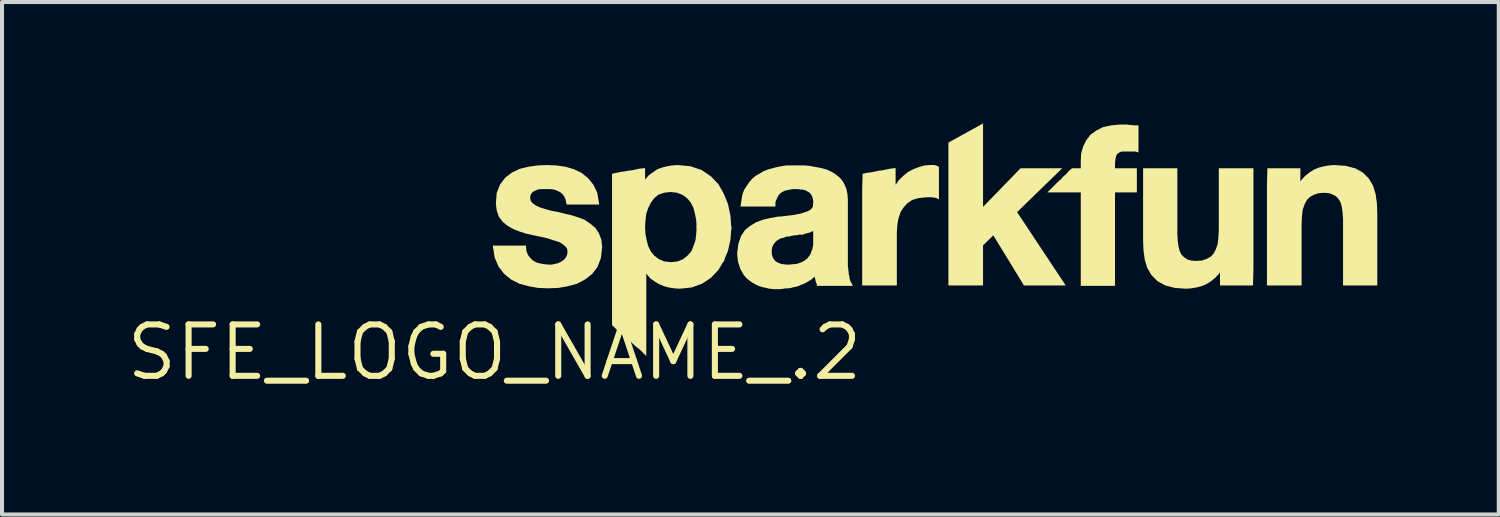
<source format=kicad_pcb>
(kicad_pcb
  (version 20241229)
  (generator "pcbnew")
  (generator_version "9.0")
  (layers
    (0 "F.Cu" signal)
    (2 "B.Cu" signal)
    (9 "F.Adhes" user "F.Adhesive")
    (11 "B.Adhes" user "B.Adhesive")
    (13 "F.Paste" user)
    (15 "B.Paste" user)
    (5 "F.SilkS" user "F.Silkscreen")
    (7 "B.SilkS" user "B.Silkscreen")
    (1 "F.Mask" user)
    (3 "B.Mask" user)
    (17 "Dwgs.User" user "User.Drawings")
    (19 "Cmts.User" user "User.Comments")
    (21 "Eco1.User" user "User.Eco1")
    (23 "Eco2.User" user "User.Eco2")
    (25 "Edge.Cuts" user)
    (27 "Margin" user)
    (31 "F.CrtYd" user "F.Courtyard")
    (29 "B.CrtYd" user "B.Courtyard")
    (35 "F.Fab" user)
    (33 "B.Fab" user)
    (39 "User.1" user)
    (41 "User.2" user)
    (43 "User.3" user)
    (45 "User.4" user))
  (footprint "SFE_LOGO_NAME_.2"
    (layer "F.Cu")
    (at 9.169 5.655)
    (property "Reference" "SFE_LOGO_NAME_.2" (at 0 0 0) (layer "F.SilkS") (effects (font (size 1.27 1.27) (thickness 0.15))))
    (fp_poly (pts (xy 5.851 -3.107) (xy 5.828 -2.784) (xy 5.766 -2.508) (xy 5.65 -2.228) (xy 4.903 -2.59) (xy 4.963 -2.768) (xy 4.982 -2.923) (xy 4.994 -3.129)) (stroke (width 0) (type solid)) (fill yes) (layer "F.SilkS"))
    (fp_poly (pts (xy 12.068 -3.594) (xy 12.994 -4.548) (xy 14.024 -4.548) (xy 12.909 -3.465) (xy 14.111 -1.652) (xy 13.079 -1.652) (xy 12.322 -2.89) (xy 12.068 -2.644) (xy 12.068 -1.652) (xy 11.212 -1.652) (xy 11.212 -5.183) (xy 12.068 -5.655)) (stroke (width 0) (type solid)) (fill yes) (layer "F.SilkS"))
    (fp_poly (pts (xy 7.638 -2.912) (xy 7.545 -2.912) (xy 7.508 -2.903) (xy 7.454 -2.892) (xy 7.405 -2.892) (xy 7.368 -2.883) (xy 7.318 -2.873) (xy 7.275 -2.862) (xy 7.225 -2.862) (xy 7.188 -2.853) (xy 7.104 -2.836) (xy 6.939 -3.343) (xy 7.166 -3.368) (xy 7.335 -3.388) (xy 7.519 -3.412)) (stroke (width 0) (type solid)) (fill yes) (layer "F.SilkS"))
    (fp_poly (pts (xy 10.889 -4.618) (xy 10.909 -4.618) (xy 10.937 -4.604) (xy 10.978 -4.584) (xy 10.978 -3.778) (xy 10.907 -3.814) (xy 10.875 -3.822) (xy 10.845 -3.822) (xy 10.805 -3.832) (xy 10.672 -3.832) (xy 10.477 -3.812) (xy 10.317 -3.765) (xy 10.195 -3.681) (xy 10.101 -3.577) (xy 10.025 -3.454) (xy 9.977 -3.301) (xy 9.948 -3.136) (xy 9.938 -2.959) (xy 9.938 -1.652) (xy 9.082 -1.652) (xy 9.082 -4.041) (xy 9.093 -4.411) (xy 9.214 -4.438) (xy 9.304 -4.448) (xy 9.402 -4.467) (xy 9.494 -4.488) (xy 9.584 -4.498) (xy 9.672 -4.517) (xy 9.774 -4.538) (xy 9.908 -4.553) (xy 9.908 -4.141) (xy 9.991 -4.255) (xy 10.094 -4.358) (xy 10.209 -4.452) (xy 10.344 -4.525) (xy 10.478 -4.576) (xy 10.623 -4.618) (xy 10.769 -4.628) (xy 10.869 -4.628)) (stroke (width 0) (type solid)) (fill yes) (layer "F.SilkS"))
    (fp_poly (pts (xy 15.674 -5.618) (xy 15.724 -5.618) (xy 15.774 -5.608) (xy 15.908 -5.608) (xy 15.908 -4.937) (xy 15.834 -4.962) (xy 15.523 -4.962) (xy 15.463 -4.953) (xy 15.421 -4.928) (xy 15.387 -4.903) (xy 15.364 -4.872) (xy 15.347 -4.821) (xy 15.338 -4.755) (xy 15.328 -4.678) (xy 15.328 -4.548) (xy 15.868 -4.548) (xy 15.868 -3.952) (xy 15.328 -3.952) (xy 15.328 -1.642) (xy 14.482 -1.642) (xy 14.482 -3.952) (xy 13.658 -3.952) (xy 13.853 -4.147) (xy 13.924 -4.218) (xy 13.993 -4.277) (xy 14.053 -4.347) (xy 14.123 -4.407) (xy 14.183 -4.477) (xy 14.266 -4.548) (xy 14.482 -4.548) (xy 14.482 -4.731) (xy 14.492 -4.917) (xy 14.544 -5.094) (xy 14.618 -5.24) (xy 14.723 -5.378) (xy 14.87 -5.483) (xy 15.037 -5.566) (xy 15.234 -5.608) (xy 15.458 -5.628) (xy 15.624 -5.628)) (stroke (width 0) (type solid)) (fill yes) (layer "F.SilkS"))
    (fp_poly (pts (xy 16.868 -2.921) (xy 16.878 -2.754) (xy 16.897 -2.617) (xy 16.926 -2.503) (xy 16.971 -2.413) (xy 17.034 -2.35) (xy 17.116 -2.295) (xy 17.207 -2.268) (xy 17.33 -2.258) (xy 17.473 -2.268) (xy 17.585 -2.305) (xy 17.687 -2.361) (xy 17.759 -2.433) (xy 17.815 -2.536) (xy 17.863 -2.669) (xy 17.882 -2.833) (xy 17.892 -3.031) (xy 17.892 -4.548) (xy 18.748 -4.548) (xy 18.748 -2.039) (xy 18.737 -1.652) (xy 17.922 -1.652) (xy 17.922 -1.977) (xy 17.9 -1.946) (xy 17.806 -1.842) (xy 17.702 -1.759) (xy 17.588 -1.686) (xy 17.462 -1.634) (xy 17.338 -1.603) (xy 17.215 -1.582) (xy 17.09 -1.572) (xy 16.804 -1.592) (xy 16.566 -1.654) (xy 16.377 -1.759) (xy 16.23 -1.906) (xy 16.125 -2.085) (xy 16.063 -2.292) (xy 16.032 -2.517) (xy 16.022 -2.769) (xy 16.022 -4.548) (xy 16.868 -4.548)) (stroke (width 0) (type solid)) (fill yes) (layer "F.SilkS"))
    (fp_poly (pts (xy 21.026 -4.608) (xy 21.264 -4.546) (xy 21.453 -4.441) (xy 21.6 -4.294) (xy 21.705 -4.115) (xy 21.767 -3.908) (xy 21.798 -3.683) (xy 21.808 -3.431) (xy 21.808 -1.652) (xy 20.962 -1.652) (xy 20.962 -3.279) (xy 20.952 -3.446) (xy 20.933 -3.583) (xy 20.904 -3.696) (xy 20.859 -3.778) (xy 20.796 -3.85) (xy 20.714 -3.896) (xy 20.621 -3.932) (xy 20.5 -3.942) (xy 20.357 -3.932) (xy 20.245 -3.895) (xy 20.143 -3.839) (xy 20.071 -3.767) (xy 20.015 -3.664) (xy 19.967 -3.531) (xy 19.948 -3.367) (xy 19.938 -3.169) (xy 19.938 -1.652) (xy 19.082 -1.652) (xy 19.082 -4.161) (xy 19.093 -4.548) (xy 19.908 -4.548) (xy 19.908 -4.223) (xy 19.93 -4.254) (xy 20.024 -4.358) (xy 20.128 -4.441) (xy 20.242 -4.514) (xy 20.368 -4.566) (xy 20.492 -4.597) (xy 20.615 -4.618) (xy 20.74 -4.628)) (stroke (width 0) (type solid)) (fill yes) (layer "F.SilkS"))
    (fp_poly (pts (xy 4.838 -4.598) (xy 5.117 -4.504) (xy 5.345 -4.349) (xy 5.531 -4.153) (xy 5.664 -3.917) (xy 5.767 -3.661) (xy 5.828 -3.375) (xy 5.851 -3.031) (xy 4.994 -3.053) (xy 4.982 -3.255) (xy 4.953 -3.412) (xy 4.914 -3.567) (xy 4.848 -3.699) (xy 4.763 -3.802) (xy 4.651 -3.886) (xy 4.511 -3.943) (xy 4.35 -3.962) (xy 4.188 -3.943) (xy 4.049 -3.896) (xy 3.948 -3.813) (xy 3.863 -3.7) (xy 3.795 -3.565) (xy 3.747 -3.422) (xy 3.728 -3.257) (xy 3.718 -3.09) (xy 3.728 -2.925) (xy 3.757 -2.768) (xy 3.796 -2.624) (xy 3.862 -2.491) (xy 3.947 -2.388) (xy 4.059 -2.303) (xy 4.19 -2.247) (xy 4.36 -2.228) (xy 4.521 -2.247) (xy 4.66 -2.303) (xy 4.764 -2.388) (xy 4.858 -2.491) (xy 4.931 -2.662) (xy 5.684 -2.296) (xy 5.531 -2.037) (xy 5.345 -1.841) (xy 5.127 -1.696) (xy 4.869 -1.603) (xy 4.571 -1.572) (xy 4.436 -1.582) (xy 4.302 -1.603) (xy 4.188 -1.634) (xy 4.063 -1.686) (xy 3.959 -1.748) (xy 3.854 -1.821) (xy 3.771 -1.915) (xy 3.748 -1.944) (xy 3.748 0.092) (xy 3.595 -0.062) (xy 3.495 -0.141) (xy 3.394 -0.232) (xy 3.305 -0.322) (xy 3.205 -0.401) (xy 3.105 -0.491) (xy 3.005 -0.572) (xy 2.902 -0.674) (xy 2.902 -4.411) (xy 3.022 -4.437) (xy 3.114 -4.458) (xy 3.204 -4.468) (xy 3.304 -4.488) (xy 3.394 -4.498) (xy 3.482 -4.517) (xy 3.574 -4.538) (xy 3.718 -4.552) (xy 3.718 -4.267) (xy 3.73 -4.284) (xy 3.814 -4.379) (xy 3.918 -4.451) (xy 4.022 -4.524) (xy 4.139 -4.566) (xy 4.262 -4.597) (xy 4.385 -4.618) (xy 4.52 -4.628)) (stroke (width 0) (type solid)) (fill yes) (layer "F.SilkS"))
    (fp_poly (pts (xy 1.523 -4.618) (xy 1.748 -4.587) (xy 1.954 -4.526) (xy 2.15 -4.433) (xy 2.307 -4.307) (xy 2.442 -4.14) (xy 2.537 -3.942) (xy 2.585 -3.652) (xy 1.779 -3.652) (xy 1.753 -3.778) (xy 1.717 -3.86) (xy 1.673 -3.913) (xy 1.619 -3.958) (xy 1.545 -3.995) (xy 1.462 -4.023) (xy 1.378 -4.032) (xy 1.133 -4.032) (xy 1.07 -4.023) (xy 1.006 -3.995) (xy 0.953 -3.969) (xy 0.911 -3.927) (xy 0.887 -3.879) (xy 0.879 -3.812) (xy 0.895 -3.738) (xy 0.946 -3.679) (xy 1.029 -3.623) (xy 1.134 -3.576) (xy 1.261 -3.537) (xy 1.408 -3.497) (xy 1.568 -3.467) (xy 1.729 -3.427) (xy 1.9 -3.387) (xy 2.062 -3.336) (xy 2.228 -3.274) (xy 2.363 -3.18) (xy 2.489 -3.076) (xy 2.574 -2.948) (xy 2.637 -2.789) (xy 2.658 -2.6) (xy 2.627 -2.331) (xy 2.544 -2.111) (xy 2.407 -1.933) (xy 2.231 -1.798) (xy 2.034 -1.694) (xy 1.808 -1.633) (xy 1.574 -1.592) (xy 1.33 -1.582) (xy 1.076 -1.592) (xy 0.842 -1.633) (xy 0.616 -1.694) (xy 0.409 -1.798) (xy 0.232 -1.943) (xy 0.097 -2.121) (xy 0.003 -2.339) (xy -0.045 -2.638) (xy 0.775 -2.638) (xy 0.787 -2.499) (xy 0.824 -2.409) (xy 0.879 -2.335) (xy 0.943 -2.271) (xy 1.025 -2.225) (xy 1.119 -2.197) (xy 1.225 -2.178) (xy 1.332 -2.168) (xy 1.416 -2.168) (xy 1.501 -2.187) (xy 1.577 -2.206) (xy 1.65 -2.243) (xy 1.714 -2.288) (xy 1.758 -2.341) (xy 1.793 -2.411) (xy 1.802 -2.49) (xy 1.793 -2.556) (xy 1.752 -2.614) (xy 1.688 -2.669) (xy 1.594 -2.725) (xy 1.468 -2.764) (xy 1.32 -2.813) (xy 1.152 -2.853) (xy 0.952 -2.893) (xy 0.78 -2.933) (xy 0.617 -2.984) (xy 0.463 -3.046) (xy 0.318 -3.128) (xy 0.202 -3.223) (xy 0.106 -3.352) (xy 0.053 -3.501) (xy 0.032 -3.679) (xy 0.052 -3.939) (xy 0.136 -4.149) (xy 0.263 -4.317) (xy 0.43 -4.443) (xy 0.627 -4.536) (xy 0.843 -4.587) (xy 1.067 -4.618) (xy 1.3 -4.628)) (stroke (width 0) (type solid)) (fill yes) (layer "F.SilkS"))
    (fp_poly (pts (xy 7.775 -4.608) (xy 7.887 -4.587) (xy 7.997 -4.567) (xy 8.099 -4.547) (xy 8.203 -4.516) (xy 8.297 -4.474) (xy 8.391 -4.422) (xy 8.474 -4.36) (xy 8.548 -4.296) (xy 8.613 -4.21) (xy 8.655 -4.126) (xy 8.697 -4.021) (xy 8.718 -3.905) (xy 8.728 -3.782) (xy 8.728 -2.124) (xy 8.738 -2.074) (xy 8.738 -2.034) (xy 8.748 -1.984) (xy 8.748 -1.945) (xy 8.757 -1.909) (xy 8.768 -1.865) (xy 8.768 -1.835) (xy 8.777 -1.801) (xy 8.795 -1.747) (xy 8.813 -1.719) (xy 8.852 -1.642) (xy 7.962 -1.642) (xy 7.962 -1.684) (xy 7.959 -1.687) (xy 7.942 -1.721) (xy 7.942 -1.734) (xy 7.932 -1.744) (xy 7.932 -1.771) (xy 7.922 -1.791) (xy 7.922 -1.821) (xy 7.912 -1.841) (xy 7.912 -1.871) (xy 7.874 -1.84) (xy 7.823 -1.799) (xy 7.76 -1.758) (xy 7.708 -1.727) (xy 7.645 -1.695) (xy 7.585 -1.675) (xy 7.525 -1.645) (xy 7.459 -1.623) (xy 7.398 -1.613) (xy 7.328 -1.593) (xy 7.263 -1.582) (xy 7.193 -1.582) (xy 7.136 -1.572) (xy 7.063 -1.562) (xy 6.898 -1.562) (xy 6.794 -1.572) (xy 6.702 -1.593) (xy 6.61 -1.613) (xy 6.515 -1.645) (xy 6.432 -1.686) (xy 6.359 -1.728) (xy 6.287 -1.78) (xy 6.223 -1.833) (xy 6.159 -1.908) (xy 6.075 -2.054) (xy 6.044 -2.148) (xy 6.013 -2.242) (xy 6.002 -2.336) (xy 5.992 -2.451) (xy 6.023 -2.679) (xy 6.085 -2.867) (xy 6.181 -3.016) (xy 6.308 -3.121) (xy 6.463 -3.214) (xy 6.629 -3.277) (xy 6.802 -3.317) (xy 7.016 -3.353) (xy 7.179 -2.843) (xy 7.099 -2.823) (xy 7.066 -2.815) (xy 7.039 -2.797) (xy 6.999 -2.777) (xy 6.974 -2.76) (xy 6.92 -2.706) (xy 6.883 -2.651) (xy 6.866 -2.617) (xy 6.857 -2.582) (xy 6.848 -2.536) (xy 6.848 -2.444) (xy 6.857 -2.398) (xy 6.866 -2.363) (xy 6.883 -2.329) (xy 6.92 -2.274) (xy 6.944 -2.25) (xy 6.969 -2.233) (xy 7.005 -2.215) (xy 7.035 -2.205) (xy 7.073 -2.186) (xy 7.105 -2.178) (xy 7.155 -2.178) (xy 7.195 -2.168) (xy 7.278 -2.168) (xy 7.386 -2.178) (xy 7.472 -2.187) (xy 7.556 -2.216) (xy 7.622 -2.244) (xy 7.677 -2.281) (xy 7.723 -2.317) (xy 7.797 -2.409) (xy 7.814 -2.453) (xy 7.834 -2.513) (xy 7.853 -2.56) (xy 7.863 -2.617) (xy 7.872 -2.664) (xy 7.872 -2.994) (xy 7.836 -2.985) (xy 7.806 -2.965) (xy 7.759 -2.953) (xy 7.562 -2.904) (xy 7.444 -3.397) (xy 7.619 -3.446) (xy 7.735 -3.485) (xy 7.814 -3.529) (xy 7.863 -3.594) (xy 7.872 -3.692) (xy 7.872 -3.737) (xy 7.863 -3.792) (xy 7.854 -3.828) (xy 7.836 -3.872) (xy 7.8 -3.926) (xy 7.777 -3.949) (xy 7.741 -3.967) (xy 7.711 -3.987) (xy 7.677 -4.004) (xy 7.642 -4.013) (xy 7.596 -4.022) (xy 7.556 -4.022) (xy 7.506 -4.032) (xy 7.354 -4.032) (xy 7.258 -4.013) (xy 7.218 -4.003) (xy 7.172 -3.994) (xy 7.099 -3.957) (xy 7.074 -3.94) (xy 7.02 -3.886) (xy 7.003 -3.861) (xy 6.985 -3.824) (xy 6.965 -3.774) (xy 6.946 -3.738) (xy 6.938 -3.696) (xy 6.938 -3.602) (xy 6.076 -3.602) (xy 6.102 -3.776) (xy 6.123 -3.9) (xy 6.166 -4.017) (xy 6.228 -4.111) (xy 6.29 -4.203) (xy 6.363 -4.287) (xy 6.448 -4.361) (xy 6.541 -4.413) (xy 6.643 -4.474) (xy 6.748 -4.516) (xy 6.86 -4.547) (xy 6.972 -4.577) (xy 7.083 -4.598) (xy 7.207 -4.618) (xy 7.662 -4.618)) (stroke (width 0) (type solid)) (fill yes) (layer "F.SilkS")))
  (gr_rect
    (start -3 -3)
    (end 33.978 9.661)
    (stroke (width 0.1) (type default))
    (fill no)
    (layer "Edge.Cuts")))
</source>
